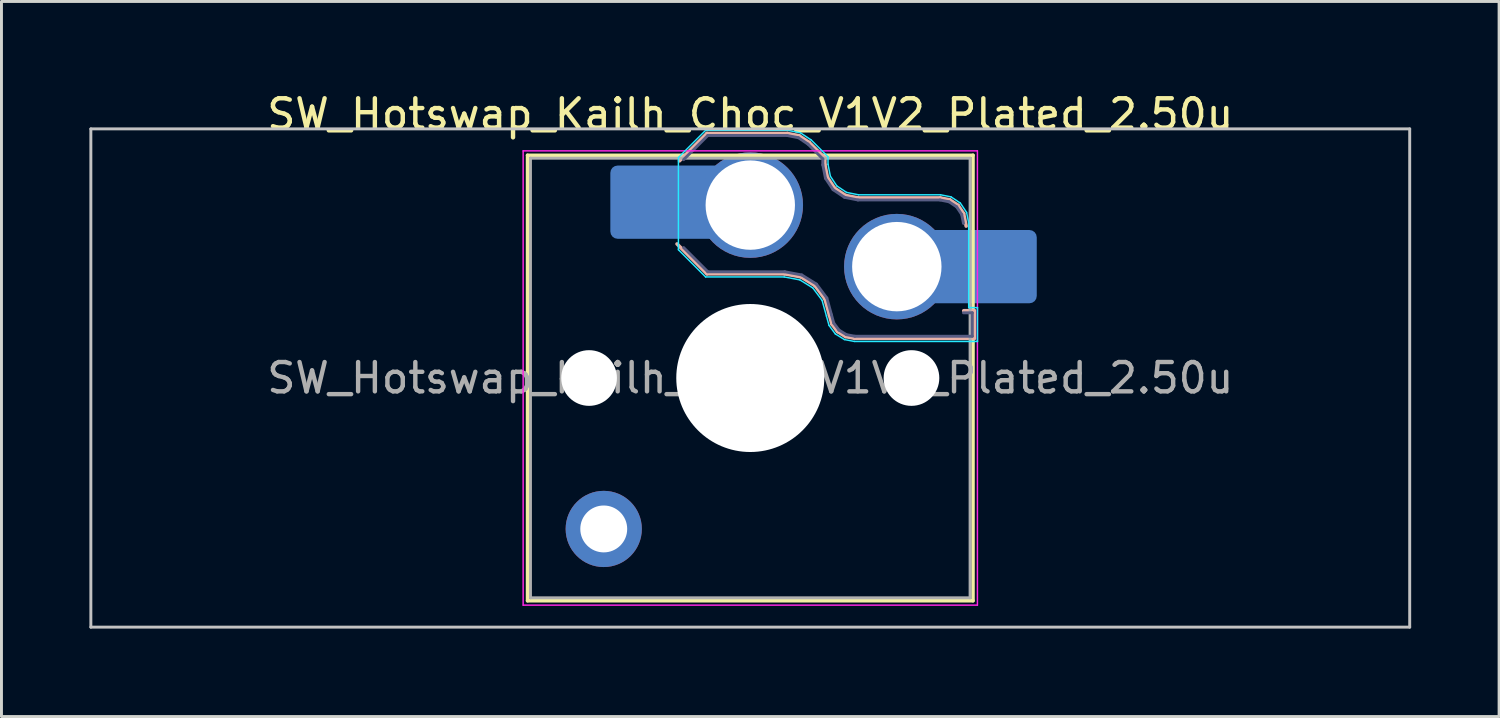
<source format=kicad_pcb>
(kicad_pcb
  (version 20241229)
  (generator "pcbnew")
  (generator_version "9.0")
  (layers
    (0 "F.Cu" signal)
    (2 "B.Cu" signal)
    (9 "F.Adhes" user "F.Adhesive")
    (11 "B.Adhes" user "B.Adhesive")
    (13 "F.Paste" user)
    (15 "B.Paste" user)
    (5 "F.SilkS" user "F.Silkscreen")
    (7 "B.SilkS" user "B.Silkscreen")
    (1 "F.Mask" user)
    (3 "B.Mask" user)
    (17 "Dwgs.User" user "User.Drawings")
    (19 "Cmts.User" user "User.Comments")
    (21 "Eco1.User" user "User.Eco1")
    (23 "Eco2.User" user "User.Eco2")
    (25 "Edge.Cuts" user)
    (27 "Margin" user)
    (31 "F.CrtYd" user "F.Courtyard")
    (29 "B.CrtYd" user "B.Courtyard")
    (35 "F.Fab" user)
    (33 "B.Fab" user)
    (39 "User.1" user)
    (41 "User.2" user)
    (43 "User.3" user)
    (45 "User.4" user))
  (footprint "SW_Hotswap_Kailh_Choc_V1V2_Plated_2.50u"
    (layer "F.Cu")
    (at 22.55 9.848)
    (property "Reference" "SW_Hotswap_Kailh_Choc_V1V2_Plated_2.50u" (at 0 -9 0) (layer "F.SilkS") (effects (font (size 1 1) (thickness 0.15))))
    (attr smd)
    (fp_line (start -7.6 -7.6) (end -7.6 7.6) (stroke (width 0.12) (type solid)) (layer "F.SilkS"))
    (fp_line (start -7.6 7.6) (end 7.6 7.6) (stroke (width 0.12) (type solid)) (layer "F.SilkS"))
    (fp_line (start 7.6 -7.6) (end -7.6 -7.6) (stroke (width 0.12) (type solid)) (layer "F.SilkS"))
    (fp_line (start 7.6 7.6) (end 7.6 -7.6) (stroke (width 0.12) (type solid)) (layer "F.SilkS"))
    (fp_line (start -2.416 -7.409) (end -1.479 -8.346) (stroke (width 0.12) (type solid)) (layer "B.SilkS"))
    (fp_line (start -1.479 -8.346) (end 1.268 -8.346) (stroke (width 0.12) (type solid)) (layer "B.SilkS"))
    (fp_line (start -1.479 -3.554) (end -2.5 -4.575) (stroke (width 0.12) (type solid)) (layer "B.SilkS"))
    (fp_line (start 1.168 -3.554) (end -1.479 -3.554) (stroke (width 0.12) (type solid)) (layer "B.SilkS"))
    (fp_line (start 1.268 -8.346) (end 1.671 -8.266) (stroke (width 0.12) (type solid)) (layer "B.SilkS"))
    (fp_line (start 1.671 -8.266) (end 2.013 -8.037) (stroke (width 0.12) (type solid)) (layer "B.SilkS"))
    (fp_line (start 1.73 -3.449) (end 1.168 -3.554) (stroke (width 0.12) (type solid)) (layer "B.SilkS"))
    (fp_line (start 2.013 -8.037) (end 2.546 -7.504) (stroke (width 0.12) (type solid)) (layer "B.SilkS"))
    (fp_line (start 2.209 -3.15) (end 1.73 -3.449) (stroke (width 0.12) (type solid)) (layer "B.SilkS"))
    (fp_line (start 2.546 -7.504) (end 2.546 -7.282) (stroke (width 0.12) (type solid)) (layer "B.SilkS"))
    (fp_line (start 2.546 -7.282) (end 2.633 -6.844) (stroke (width 0.12) (type solid)) (layer "B.SilkS"))
    (fp_line (start 2.547 -2.697) (end 2.209 -3.15) (stroke (width 0.12) (type solid)) (layer "B.SilkS"))
    (fp_line (start 2.633 -6.844) (end 2.877 -6.477) (stroke (width 0.12) (type solid)) (layer "B.SilkS"))
    (fp_line (start 2.701 -2.139) (end 2.547 -2.697) (stroke (width 0.12) (type solid)) (layer "B.SilkS"))
    (fp_line (start 2.783 -1.841) (end 2.701 -2.139) (stroke (width 0.12) (type solid)) (layer "B.SilkS"))
    (fp_line (start 2.877 -6.477) (end 3.244 -6.233) (stroke (width 0.12) (type solid)) (layer "B.SilkS"))
    (fp_line (start 2.976 -1.583) (end 2.783 -1.841) (stroke (width 0.12) (type solid)) (layer "B.SilkS"))
    (fp_line (start 3.244 -6.233) (end 3.682 -6.146) (stroke (width 0.12) (type solid)) (layer "B.SilkS"))
    (fp_line (start 3.25 -1.413) (end 2.976 -1.583) (stroke (width 0.12) (type solid)) (layer "B.SilkS"))
    (fp_line (start 3.56 -1.354) (end 3.25 -1.413) (stroke (width 0.12) (type solid)) (layer "B.SilkS"))
    (fp_line (start 3.682 -6.146) (end 6.482 -6.146) (stroke (width 0.12) (type solid)) (layer "B.SilkS"))
    (fp_line (start 6.482 -6.146) (end 6.809 -6.081) (stroke (width 0.12) (type solid)) (layer "B.SilkS"))
    (fp_line (start 6.809 -6.081) (end 7.092 -5.892) (stroke (width 0.12) (type solid)) (layer "B.SilkS"))
    (fp_line (start 7.092 -5.892) (end 7.281 -5.609) (stroke (width 0.12) (type solid)) (layer "B.SilkS"))
    (fp_line (start 7.281 -5.609) (end 7.366 -5.182) (stroke (width 0.12) (type solid)) (layer "B.SilkS"))
    (fp_line (start 7.283 -2.296) (end 7.646 -2.296) (stroke (width 0.12) (type solid)) (layer "B.SilkS"))
    (fp_line (start 7.646 -2.296) (end 7.646 -1.354) (stroke (width 0.12) (type solid)) (layer "B.SilkS"))
    (fp_line (start 7.646 -1.354) (end 3.56 -1.354) (stroke (width 0.12) (type solid)) (layer "B.SilkS"))
    (fp_line (start -22.5 -8.5) (end -22.5 8.5) (stroke (width 0.1) (type solid)) (layer "Dwgs.User"))
    (fp_line (start -22.5 8.5) (end 22.5 8.5) (stroke (width 0.1) (type solid)) (layer "Dwgs.User"))
    (fp_line (start 22.5 -8.5) (end -22.5 -8.5) (stroke (width 0.1) (type solid)) (layer "Dwgs.User"))
    (fp_line (start 22.5 8.5) (end 22.5 -8.5) (stroke (width 0.1) (type solid)) (layer "Dwgs.User"))
    (fp_line (start -7.25 -7.25) (end -7.25 7.25) (stroke (width 0.1) (type solid)) (layer "Eco1.User"))
    (fp_line (start -7.25 7.25) (end 7.25 7.25) (stroke (width 0.1) (type solid)) (layer "Eco1.User"))
    (fp_line (start 7.25 -7.25) (end -7.25 -7.25) (stroke (width 0.1) (type solid)) (layer "Eco1.User"))
    (fp_line (start 7.25 7.25) (end 7.25 -7.25) (stroke (width 0.1) (type solid)) (layer "Eco1.User"))
    (fp_line (start -2.452 -7.523) (end -1.523 -8.452) (stroke (width 0.05) (type solid)) (layer "B.CrtYd"))
    (fp_line (start -2.452 -4.377) (end -2.452 -7.523) (stroke (width 0.05) (type solid)) (layer "B.CrtYd"))
    (fp_line (start -1.523 -8.452) (end 1.278 -8.452) (stroke (width 0.05) (type solid)) (layer "B.CrtYd"))
    (fp_line (start -1.523 -3.448) (end -2.452 -4.377) (stroke (width 0.05) (type solid)) (layer "B.CrtYd"))
    (fp_line (start 1.159 -3.448) (end -1.523 -3.448) (stroke (width 0.05) (type solid)) (layer "B.CrtYd"))
    (fp_line (start 1.278 -8.452) (end 1.712 -8.366) (stroke (width 0.05) (type solid)) (layer "B.CrtYd"))
    (fp_line (start 1.691 -3.348) (end 1.159 -3.448) (stroke (width 0.05) (type solid)) (layer "B.CrtYd"))
    (fp_line (start 1.712 -8.366) (end 2.081 -8.119) (stroke (width 0.05) (type solid)) (layer "B.CrtYd"))
    (fp_line (start 2.081 -8.119) (end 2.652 -7.548) (stroke (width 0.05) (type solid)) (layer "B.CrtYd"))
    (fp_line (start 2.136 -3.071) (end 1.691 -3.348) (stroke (width 0.05) (type solid)) (layer "B.CrtYd"))
    (fp_line (start 2.45 -2.65) (end 2.136 -3.071) (stroke (width 0.05) (type solid)) (layer "B.CrtYd"))
    (fp_line (start 2.599 -2.111) (end 2.45 -2.65) (stroke (width 0.05) (type solid)) (layer "B.CrtYd"))
    (fp_line (start 2.652 -7.548) (end 2.652 -7.292) (stroke (width 0.05) (type solid)) (layer "B.CrtYd"))
    (fp_line (start 2.652 -7.292) (end 2.733 -6.885) (stroke (width 0.05) (type solid)) (layer "B.CrtYd"))
    (fp_line (start 2.687 -1.794) (end 2.599 -2.111) (stroke (width 0.05) (type solid)) (layer "B.CrtYd"))
    (fp_line (start 2.733 -6.885) (end 2.953 -6.553) (stroke (width 0.05) (type solid)) (layer "B.CrtYd"))
    (fp_line (start 2.903 -1.503) (end 2.687 -1.794) (stroke (width 0.05) (type solid)) (layer "B.CrtYd"))
    (fp_line (start 2.953 -6.553) (end 3.285 -6.333) (stroke (width 0.05) (type solid)) (layer "B.CrtYd"))
    (fp_line (start 3.211 -1.312) (end 2.903 -1.503) (stroke (width 0.05) (type solid)) (layer "B.CrtYd"))
    (fp_line (start 3.285 -6.333) (end 3.692 -6.252) (stroke (width 0.05) (type solid)) (layer "B.CrtYd"))
    (fp_line (start 3.55 -1.248) (end 3.211 -1.312) (stroke (width 0.05) (type solid)) (layer "B.CrtYd"))
    (fp_line (start 3.692 -6.252) (end 6.492 -6.252) (stroke (width 0.05) (type solid)) (layer "B.CrtYd"))
    (fp_line (start 6.492 -6.252) (end 6.85 -6.181) (stroke (width 0.05) (type solid)) (layer "B.CrtYd"))
    (fp_line (start 6.85 -6.181) (end 7.168 -5.968) (stroke (width 0.05) (type solid)) (layer "B.CrtYd"))
    (fp_line (start 7.168 -5.968) (end 7.381 -5.65) (stroke (width 0.05) (type solid)) (layer "B.CrtYd"))
    (fp_line (start 7.381 -5.65) (end 7.452 -5.292) (stroke (width 0.05) (type solid)) (layer "B.CrtYd"))
    (fp_line (start 7.452 -5.292) (end 7.452 -2.402) (stroke (width 0.05) (type solid)) (layer "B.CrtYd"))
    (fp_line (start 7.452 -2.402) (end 7.752 -2.402) (stroke (width 0.05) (type solid)) (layer "B.CrtYd"))
    (fp_line (start 7.752 -2.402) (end 7.752 -1.248) (stroke (width 0.05) (type solid)) (layer "B.CrtYd"))
    (fp_line (start 7.752 -1.248) (end 3.55 -1.248) (stroke (width 0.05) (type solid)) (layer "B.CrtYd"))
    (fp_line (start -7.75 -7.75) (end -7.75 7.75) (stroke (width 0.05) (type solid)) (layer "F.CrtYd"))
    (fp_line (start -7.75 7.75) (end 7.75 7.75) (stroke (width 0.05) (type solid)) (layer "F.CrtYd"))
    (fp_line (start 7.75 -7.75) (end -7.75 -7.75) (stroke (width 0.05) (type solid)) (layer "F.CrtYd"))
    (fp_line (start 7.75 7.75) (end 7.75 -7.75) (stroke (width 0.05) (type solid)) (layer "F.CrtYd"))
    (fp_line (start -2.275 -7.45) (end -1.45 -8.275) (stroke (width 0.1) (type solid)) (layer "B.Fab"))
    (fp_line (start -1.45 -8.275) (end 1.261 -8.275) (stroke (width 0.1) (type solid)) (layer "B.Fab"))
    (fp_line (start -1.45 -3.625) (end -2.275 -4.45) (stroke (width 0.1) (type solid)) (layer "B.Fab"))
    (fp_line (start 1.175 -3.625) (end -1.45 -3.625) (stroke (width 0.1) (type solid)) (layer "B.Fab"))
    (fp_line (start 1.261 -8.275) (end 1.643 -8.199) (stroke (width 0.1) (type solid)) (layer "B.Fab"))
    (fp_line (start 1.643 -8.199) (end 1.968 -7.982) (stroke (width 0.1) (type solid)) (layer "B.Fab"))
    (fp_line (start 1.756 -3.516) (end 1.175 -3.625) (stroke (width 0.1) (type solid)) (layer "B.Fab"))
    (fp_line (start 1.968 -7.982) (end 2.475 -7.475) (stroke (width 0.1) (type solid)) (layer "B.Fab"))
    (fp_line (start 2.258 -3.203) (end 1.756 -3.516) (stroke (width 0.1) (type solid)) (layer "B.Fab"))
    (fp_line (start 2.475 -7.475) (end 2.475 -7.275) (stroke (width 0.1) (type solid)) (layer "B.Fab"))
    (fp_line (start 2.475 -7.275) (end 2.566 -6.816) (stroke (width 0.1) (type solid)) (layer "B.Fab"))
    (fp_line (start 2.566 -6.816) (end 2.826 -6.426) (stroke (width 0.1) (type solid)) (layer "B.Fab"))
    (fp_line (start 2.612 -2.729) (end 2.258 -3.203) (stroke (width 0.1) (type solid)) (layer "B.Fab"))
    (fp_line (start 2.769 -2.158) (end 2.612 -2.729) (stroke (width 0.1) (type solid)) (layer "B.Fab"))
    (fp_line (start 2.826 -6.426) (end 3.216 -6.166) (stroke (width 0.1) (type solid)) (layer "B.Fab"))
    (fp_line (start 2.848 -1.873) (end 2.769 -2.158) (stroke (width 0.1) (type solid)) (layer "B.Fab"))
    (fp_line (start 3.025 -1.636) (end 2.848 -1.873) (stroke (width 0.1) (type solid)) (layer "B.Fab"))
    (fp_line (start 3.216 -6.166) (end 3.675 -6.075) (stroke (width 0.1) (type solid)) (layer "B.Fab"))
    (fp_line (start 3.276 -1.48) (end 3.025 -1.636) (stroke (width 0.1) (type solid)) (layer "B.Fab"))
    (fp_line (start 3.567 -1.425) (end 3.276 -1.48) (stroke (width 0.1) (type solid)) (layer "B.Fab"))
    (fp_line (start 3.675 -6.075) (end 6.475 -6.075) (stroke (width 0.1) (type solid)) (layer "B.Fab"))
    (fp_line (start 6.475 -6.075) (end 6.781 -6.014) (stroke (width 0.1) (type solid)) (layer "B.Fab"))
    (fp_line (start 6.781 -6.014) (end 7.041 -5.841) (stroke (width 0.1) (type solid)) (layer "B.Fab"))
    (fp_line (start 7.041 -5.841) (end 7.214 -5.581) (stroke (width 0.1) (type solid)) (layer "B.Fab"))
    (fp_line (start 7.214 -5.581) (end 7.275 -5.275) (stroke (width 0.1) (type solid)) (layer "B.Fab"))
    (fp_line (start 7.275 -2.225) (end 7.575 -2.225) (stroke (width 0.1) (type solid)) (layer "B.Fab"))
    (fp_line (start 7.575 -2.225) (end 7.575 -1.425) (stroke (width 0.1) (type solid)) (layer "B.Fab"))
    (fp_line (start 7.575 -1.425) (end 3.567 -1.425) (stroke (width 0.1) (type solid)) (layer "B.Fab"))
    (fp_line (start -7.5 -7.5) (end -7.5 7.5) (stroke (width 0.1) (type solid)) (layer "F.Fab"))
    (fp_line (start -7.5 7.5) (end 7.5 7.5) (stroke (width 0.1) (type solid)) (layer "F.Fab"))
    (fp_line (start 7.5 -7.5) (end -7.5 -7.5) (stroke (width 0.1) (type solid)) (layer "F.Fab"))
    (fp_line (start 7.5 7.5) (end 7.5 -7.5) (stroke (width 0.1) (type solid)) (layer "F.Fab"))
    (fp_text user "${REFERENCE}" (at 0 0 0) (layer "F.Fab") (effects (font (size 1 1) (thickness 0.15))))
    (pad "" np_thru_hole circle (at -5.5 0) (size 1.9 1.9) (drill 1.9) (layers "*.Cu" "*.Mask"))
    (pad "" smd circle (at -5 5.15) (size 1.65 1.65) (layers "F.Mask"))
    (pad "" thru_hole circle (at -5 5.15) (size 2.6 2.6) (drill 1.6) (layers "*.Cu" "B.Mask"))
    (pad "" smd roundrect (at -3.5 -6) (size 2.55 2.5) (layers "B.Mask" "B.Paste") (roundrect_rratio 0.1))
    (pad "" smd circle (at 0 -5.9) (size 3.1 3.1) (layers "F.Mask"))
    (pad "" np_thru_hole circle (at 0 0) (size 5.05 5.05) (drill 5.05) (layers "*.Cu" "*.Mask"))
    (pad "" smd circle (at 5 -3.8) (size 3.1 3.1) (layers "F.Mask"))
    (pad "" np_thru_hole circle (at 5.5 0) (size 1.9 1.9) (drill 1.9) (layers "*.Cu" "*.Mask"))
    (pad "" smd roundrect (at 8.5 -3.8) (size 2.55 2.5) (layers "B.Mask" "B.Paste") (roundrect_rratio 0.1))
    (pad "1" smd roundrect (at -2.85 -6) (size 3.85 2.5) (layers "B.Cu") (roundrect_rratio 0.1))
    (pad "1" thru_hole circle (at 0 -5.9) (size 3.6 3.6) (drill 3.05) (layers "*.Cu" "B.Mask"))
    (pad "2" thru_hole circle (at 5 -3.8) (size 3.6 3.6) (drill 3.05) (layers "*.Cu" "B.Mask"))
    (pad "2" smd roundrect (at 7.85 -3.8) (size 3.85 2.5) (layers "B.Cu") (roundrect_rratio 0.1)))
  (gr_rect
    (start -3 -3)
    (end 48.1 21.398)
    (stroke (width 0.1) (type default))
    (fill no)
    (layer "Edge.Cuts")))
</source>
